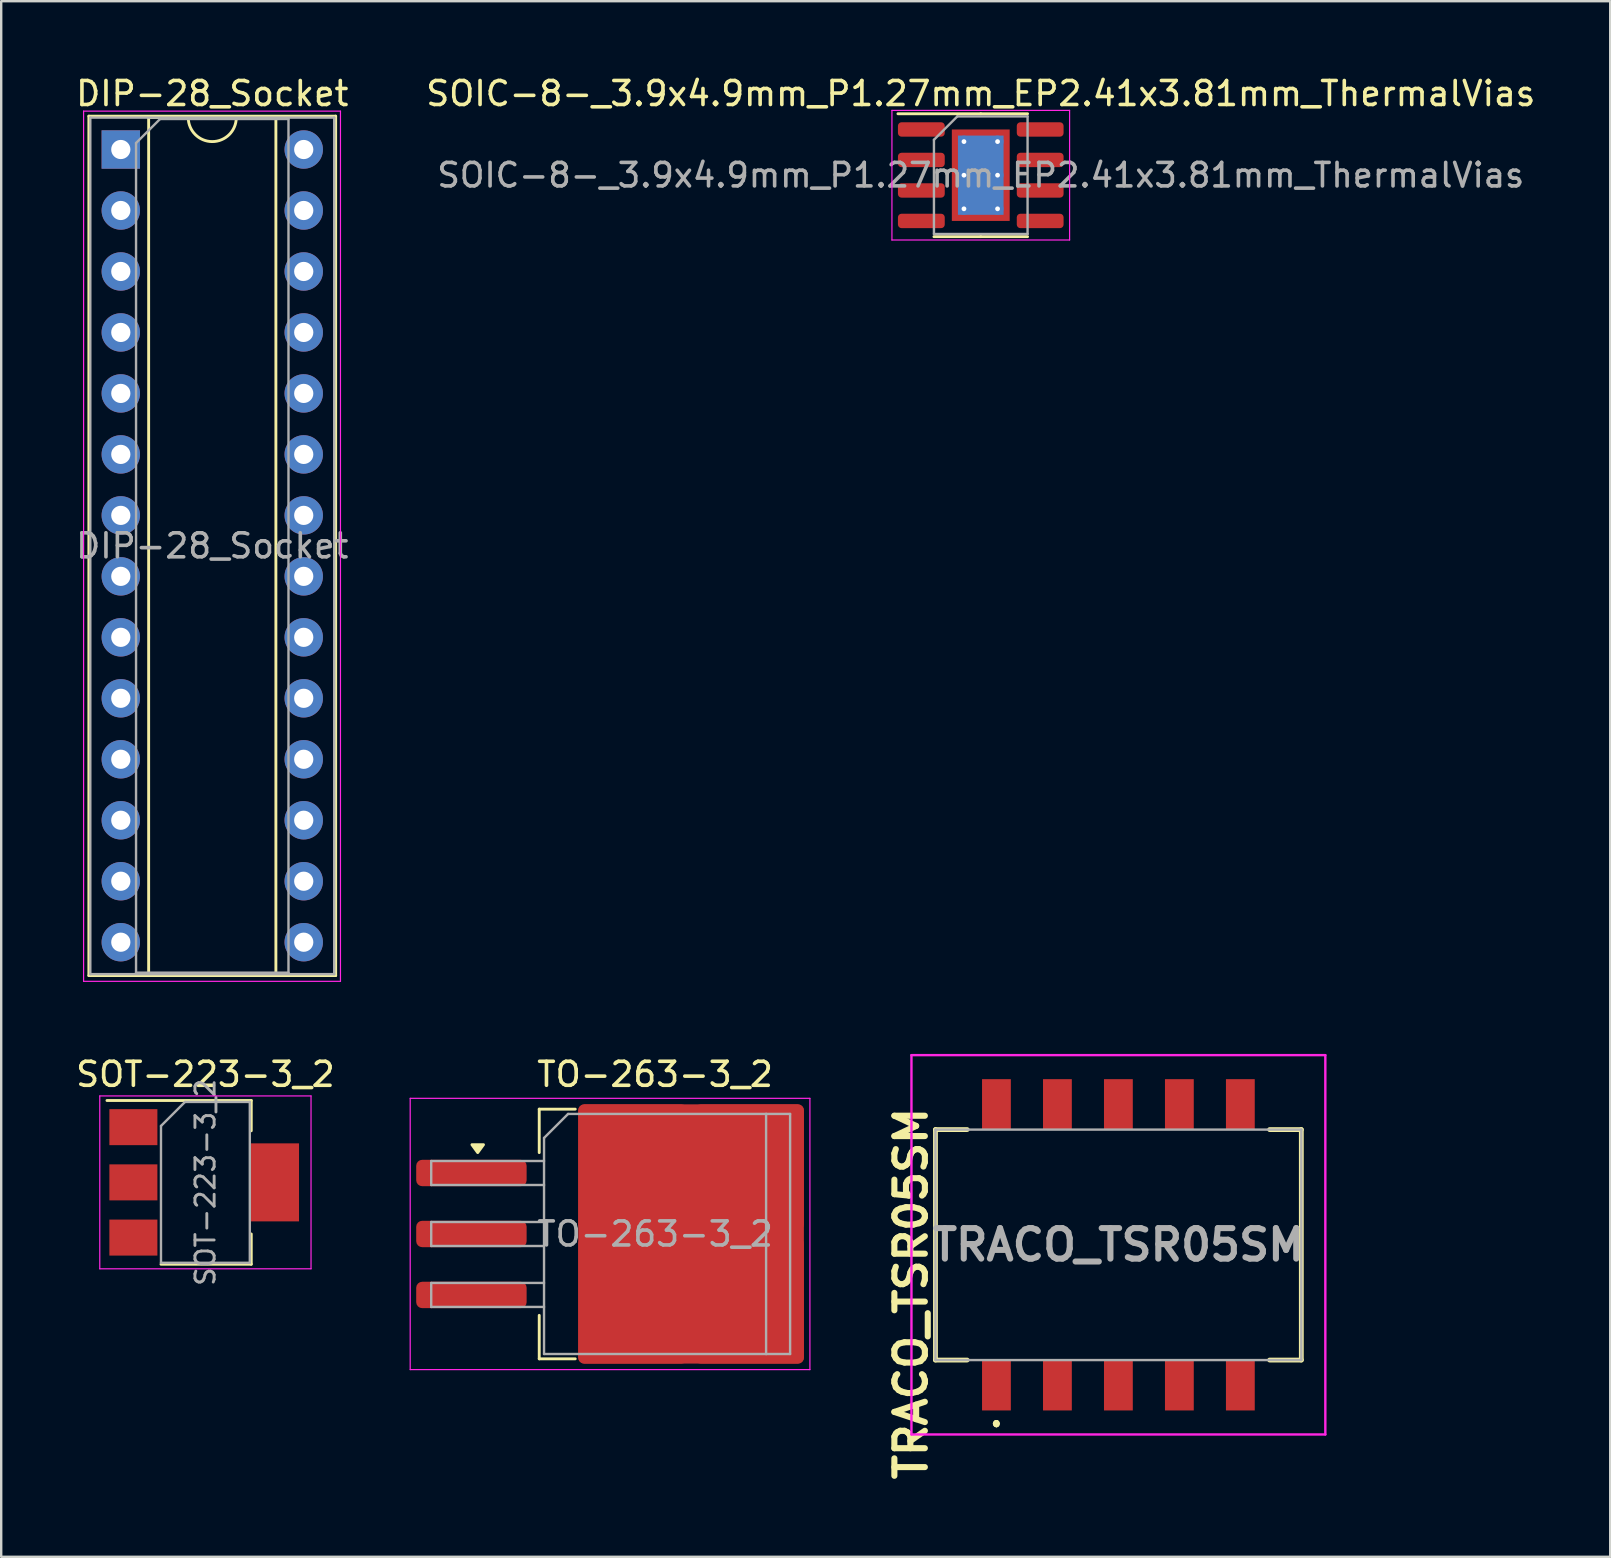
<source format=kicad_pcb>
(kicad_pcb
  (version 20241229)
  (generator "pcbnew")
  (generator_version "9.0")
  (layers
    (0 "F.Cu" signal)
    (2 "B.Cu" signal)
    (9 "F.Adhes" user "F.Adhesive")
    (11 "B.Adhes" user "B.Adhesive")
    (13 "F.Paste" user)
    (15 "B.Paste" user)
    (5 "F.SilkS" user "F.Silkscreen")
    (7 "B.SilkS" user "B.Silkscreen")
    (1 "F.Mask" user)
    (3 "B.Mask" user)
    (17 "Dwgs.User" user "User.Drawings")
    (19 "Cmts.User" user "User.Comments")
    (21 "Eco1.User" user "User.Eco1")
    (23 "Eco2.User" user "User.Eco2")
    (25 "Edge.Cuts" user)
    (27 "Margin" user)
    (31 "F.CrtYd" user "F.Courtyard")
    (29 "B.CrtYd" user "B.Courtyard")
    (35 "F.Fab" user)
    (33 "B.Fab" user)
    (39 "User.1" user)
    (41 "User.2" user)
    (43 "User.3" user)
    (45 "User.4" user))
  (footprint "SOT-223-3_2"
    (layer "F.Cu")
    (at 5.506 46.202)
    (property "Reference" "SOT-223-3_2" (at 0 -4.5 0) (layer "F.SilkS") (effects (font (size 1 1) (thickness 0.15))))
    (attr smd)
    (fp_line (start -4.1 -3.41) (end 1.91 -3.41) (stroke (width 0.12) (type solid)) (layer "F.SilkS"))
    (fp_line (start -1.85 3.41) (end 1.91 3.41) (stroke (width 0.12) (type solid)) (layer "F.SilkS"))
    (fp_line (start 1.91 -3.41) (end 1.91 -2.15) (stroke (width 0.12) (type solid)) (layer "F.SilkS"))
    (fp_line (start 1.91 3.41) (end 1.91 2.15) (stroke (width 0.12) (type solid)) (layer "F.SilkS"))
    (fp_line (start -4.4 -3.6) (end -4.4 3.6) (stroke (width 0.05) (type solid)) (layer "F.CrtYd"))
    (fp_line (start -4.4 3.6) (end 4.4 3.6) (stroke (width 0.05) (type solid)) (layer "F.CrtYd"))
    (fp_line (start 4.4 -3.6) (end -4.4 -3.6) (stroke (width 0.05) (type solid)) (layer "F.CrtYd"))
    (fp_line (start 4.4 3.6) (end 4.4 -3.6) (stroke (width 0.05) (type solid)) (layer "F.CrtYd"))
    (fp_line (start -1.85 -2.35) (end -1.85 3.35) (stroke (width 0.1) (type solid)) (layer "F.Fab"))
    (fp_line (start -1.85 -2.35) (end -0.85 -3.35) (stroke (width 0.1) (type solid)) (layer "F.Fab"))
    (fp_line (start -1.85 3.35) (end 1.85 3.35) (stroke (width 0.1) (type solid)) (layer "F.Fab"))
    (fp_line (start -0.85 -3.35) (end 1.85 -3.35) (stroke (width 0.1) (type solid)) (layer "F.Fab"))
    (fp_line (start 1.85 -3.35) (end 1.85 3.35) (stroke (width 0.1) (type solid)) (layer "F.Fab"))
    (fp_text user "${REFERENCE}" (at 0 0 90) (layer "F.Fab") (effects (font (size 0.8 0.8) (thickness 0.12))))
    (pad "1" smd rect (at -3 -2.3) (size 2 1.5) (layers "F.Cu" "F.Mask" "F.Paste"))
    (pad "2" smd rect (at -3 0) (size 2 1.5) (layers "F.Cu" "F.Mask" "F.Paste"))
    (pad "2" smd rect (at 2.9 0) (size 2 3.25) (layers "F.Cu" "F.Mask" "F.Paste"))
    (pad "3" smd rect (at -3 2.3) (size 2 1.5) (layers "F.Cu" "F.Mask" "F.Paste")))
  (footprint "TO-263-3_2"
    (layer "F.Cu")
    (at 24.237 48.352)
    (property "Reference" "TO-263-3_2" (at 0 -6.65 0) (layer "F.SilkS") (effects (font (size 1 1) (thickness 0.15))))
    (attr smd)
    (fp_line (start -4.825 -5.2) (end -4.825 -3.39) (stroke (width 0.12) (type solid)) (layer "F.SilkS"))
    (fp_line (start -4.825 5.2) (end -4.825 3.39) (stroke (width 0.12) (type solid)) (layer "F.SilkS"))
    (fp_line (start -3.325 -5.2) (end -4.825 -5.2) (stroke (width 0.12) (type solid)) (layer "F.SilkS"))
    (fp_line (start -3.325 5.2) (end -4.825 5.2) (stroke (width 0.12) (type solid)) (layer "F.SilkS"))
    (fp_poly (pts (xy -7.388 -3.39) (xy -7.628 -3.72) (xy -7.147 -3.72) (xy -7.388 -3.39)) (stroke (width 0.12) (type solid)) (fill yes) (layer "F.SilkS"))
    (fp_line (start -10.2 -5.65) (end -10.2 5.65) (stroke (width 0.05) (type solid)) (layer "F.CrtYd"))
    (fp_line (start -10.2 5.65) (end 6.45 5.65) (stroke (width 0.05) (type solid)) (layer "F.CrtYd"))
    (fp_line (start 6.45 -5.65) (end -10.2 -5.65) (stroke (width 0.05) (type solid)) (layer "F.CrtYd"))
    (fp_line (start 6.45 5.65) (end 6.45 -5.65) (stroke (width 0.05) (type solid)) (layer "F.CrtYd"))
    (fp_line (start -9.325 -3.04) (end -9.325 -2.04) (stroke (width 0.1) (type solid)) (layer "F.Fab"))
    (fp_line (start -9.325 -2.04) (end -4.625 -2.04) (stroke (width 0.1) (type solid)) (layer "F.Fab"))
    (fp_line (start -9.325 -0.5) (end -9.325 0.5) (stroke (width 0.1) (type solid)) (layer "F.Fab"))
    (fp_line (start -9.325 0.5) (end -4.625 0.5) (stroke (width 0.1) (type solid)) (layer "F.Fab"))
    (fp_line (start -9.325 2.04) (end -9.325 3.04) (stroke (width 0.1) (type solid)) (layer "F.Fab"))
    (fp_line (start -9.325 3.04) (end -4.625 3.04) (stroke (width 0.1) (type solid)) (layer "F.Fab"))
    (fp_line (start -4.625 -4) (end -3.625 -5) (stroke (width 0.1) (type solid)) (layer "F.Fab"))
    (fp_line (start -4.625 -3.04) (end -9.325 -3.04) (stroke (width 0.1) (type solid)) (layer "F.Fab"))
    (fp_line (start -4.625 -0.5) (end -9.325 -0.5) (stroke (width 0.1) (type solid)) (layer "F.Fab"))
    (fp_line (start -4.625 2.04) (end -9.325 2.04) (stroke (width 0.1) (type solid)) (layer "F.Fab"))
    (fp_line (start -4.625 5) (end -4.625 -4) (stroke (width 0.1) (type solid)) (layer "F.Fab"))
    (fp_line (start -3.625 -5) (end 4.625 -5) (stroke (width 0.1) (type solid)) (layer "F.Fab"))
    (fp_line (start 4.625 -5) (end 4.625 5) (stroke (width 0.1) (type solid)) (layer "F.Fab"))
    (fp_line (start 4.625 -5) (end 5.625 -5) (stroke (width 0.1) (type solid)) (layer "F.Fab"))
    (fp_line (start 4.625 5) (end -4.625 5) (stroke (width 0.1) (type solid)) (layer "F.Fab"))
    (fp_line (start 5.625 -5) (end 5.625 5) (stroke (width 0.1) (type solid)) (layer "F.Fab"))
    (fp_line (start 5.625 5) (end 4.625 5) (stroke (width 0.1) (type solid)) (layer "F.Fab"))
    (fp_text user "${REFERENCE}" (at 0 0 0) (layer "F.Fab") (effects (font (size 1 1) (thickness 0.15))))
    (pad "1" smd roundrect (at -7.65 -2.54) (size 4.6 1.1) (layers "F.Cu" "F.Mask" "F.Paste") (roundrect_rratio 0.227))
    (pad "2" smd roundrect (at -7.65 0) (size 4.6 1.1) (layers "F.Cu" "F.Mask" "F.Paste") (roundrect_rratio 0.227))
    (pad "2" smd roundrect (at -0.925 -2.775) (size 4.55 5.25) (layers "F.Cu" "F.Paste") (roundrect_rratio 0.055))
    (pad "2" smd roundrect (at -0.925 2.775) (size 4.55 5.25) (layers "F.Cu" "F.Paste") (roundrect_rratio 0.055))
    (pad "2" smd roundrect (at 1.5 0) (size 9.4 10.8) (layers "F.Cu" "F.Mask") (roundrect_rratio 0.027))
    (pad "2" smd roundrect (at 3.925 -2.775) (size 4.55 5.25) (layers "F.Cu" "F.Paste") (roundrect_rratio 0.055))
    (pad "2" smd roundrect (at 3.925 2.775) (size 4.55 5.25) (layers "F.Cu" "F.Paste") (roundrect_rratio 0.055))
    (pad "3" smd roundrect (at -7.65 2.54) (size 4.6 1.1) (layers "F.Cu" "F.Mask" "F.Paste") (roundrect_rratio 0.227)))
  (footprint "DIP-28_Socket"
    (layer "F.Cu")
    (at 1.982 3.178)
    (property "Reference" "DIP-28_Socket" (at 3.81 -2.33 0) (layer "F.SilkS") (effects (font (size 1 1) (thickness 0.15))))
    (attr through_hole)
    (fp_line (start -1.33 -1.39) (end -1.33 34.41) (stroke (width 0.12) (type solid)) (layer "F.SilkS"))
    (fp_line (start -1.33 34.41) (end 8.95 34.41) (stroke (width 0.12) (type solid)) (layer "F.SilkS"))
    (fp_line (start 1.16 -1.33) (end 1.16 34.35) (stroke (width 0.12) (type solid)) (layer "F.SilkS"))
    (fp_line (start 1.16 34.35) (end 6.46 34.35) (stroke (width 0.12) (type solid)) (layer "F.SilkS"))
    (fp_line (start 2.81 -1.33) (end 1.16 -1.33) (stroke (width 0.12) (type solid)) (layer "F.SilkS"))
    (fp_line (start 6.46 -1.33) (end 4.81 -1.33) (stroke (width 0.12) (type solid)) (layer "F.SilkS"))
    (fp_line (start 6.46 34.35) (end 6.46 -1.33) (stroke (width 0.12) (type solid)) (layer "F.SilkS"))
    (fp_line (start 8.95 -1.39) (end -1.33 -1.39) (stroke (width 0.12) (type solid)) (layer "F.SilkS"))
    (fp_line (start 8.95 34.41) (end 8.95 -1.39) (stroke (width 0.12) (type solid)) (layer "F.SilkS"))
    (fp_arc (start 4.81 -1.33) (mid 3.81 -0.33) (end 2.81 -1.33) (stroke (width 0.12) (type solid)) (layer "F.SilkS"))
    (fp_line (start -1.55 -1.6) (end -1.55 34.65) (stroke (width 0.05) (type solid)) (layer "F.CrtYd"))
    (fp_line (start -1.55 34.65) (end 9.15 34.65) (stroke (width 0.05) (type solid)) (layer "F.CrtYd"))
    (fp_line (start 9.15 -1.6) (end -1.55 -1.6) (stroke (width 0.05) (type solid)) (layer "F.CrtYd"))
    (fp_line (start 9.15 34.65) (end 9.15 -1.6) (stroke (width 0.05) (type solid)) (layer "F.CrtYd"))
    (fp_line (start -1.27 -1.33) (end -1.27 34.35) (stroke (width 0.1) (type solid)) (layer "F.Fab"))
    (fp_line (start -1.27 34.35) (end 8.89 34.35) (stroke (width 0.1) (type solid)) (layer "F.Fab"))
    (fp_line (start 0.635 -0.27) (end 1.635 -1.27) (stroke (width 0.1) (type solid)) (layer "F.Fab"))
    (fp_line (start 0.635 34.29) (end 0.635 -0.27) (stroke (width 0.1) (type solid)) (layer "F.Fab"))
    (fp_line (start 1.635 -1.27) (end 6.985 -1.27) (stroke (width 0.1) (type solid)) (layer "F.Fab"))
    (fp_line (start 6.985 -1.27) (end 6.985 34.29) (stroke (width 0.1) (type solid)) (layer "F.Fab"))
    (fp_line (start 6.985 34.29) (end 0.635 34.29) (stroke (width 0.1) (type solid)) (layer "F.Fab"))
    (fp_line (start 8.89 -1.33) (end -1.27 -1.33) (stroke (width 0.1) (type solid)) (layer "F.Fab"))
    (fp_line (start 8.89 34.35) (end 8.89 -1.33) (stroke (width 0.1) (type solid)) (layer "F.Fab"))
    (fp_text user "${REFERENCE}" (at 3.81 16.51 0) (layer "F.Fab") (effects (font (size 1 1) (thickness 0.15))))
    (pad "1" thru_hole rect (at 0 0) (size 1.6 1.6) (drill 0.8) (layers "*.Cu" "*.Mask"))
    (pad "2" thru_hole oval (at 0 2.54) (size 1.6 1.6) (drill 0.8) (layers "*.Cu" "*.Mask"))
    (pad "3" thru_hole oval (at 0 5.08) (size 1.6 1.6) (drill 0.8) (layers "*.Cu" "*.Mask"))
    (pad "4" thru_hole oval (at 0 7.62) (size 1.6 1.6) (drill 0.8) (layers "*.Cu" "*.Mask"))
    (pad "5" thru_hole oval (at 0 10.16) (size 1.6 1.6) (drill 0.8) (layers "*.Cu" "*.Mask"))
    (pad "6" thru_hole oval (at 0 12.7) (size 1.6 1.6) (drill 0.8) (layers "*.Cu" "*.Mask"))
    (pad "7" thru_hole oval (at 0 15.24) (size 1.6 1.6) (drill 0.8) (layers "*.Cu" "*.Mask"))
    (pad "8" thru_hole oval (at 0 17.78) (size 1.6 1.6) (drill 0.8) (layers "*.Cu" "*.Mask"))
    (pad "9" thru_hole oval (at 0 20.32) (size 1.6 1.6) (drill 0.8) (layers "*.Cu" "*.Mask"))
    (pad "10" thru_hole oval (at 0 22.86) (size 1.6 1.6) (drill 0.8) (layers "*.Cu" "*.Mask"))
    (pad "11" thru_hole oval (at 0 25.4) (size 1.6 1.6) (drill 0.8) (layers "*.Cu" "*.Mask"))
    (pad "12" thru_hole oval (at 0 27.94) (size 1.6 1.6) (drill 0.8) (layers "*.Cu" "*.Mask"))
    (pad "13" thru_hole oval (at 0 30.48) (size 1.6 1.6) (drill 0.8) (layers "*.Cu" "*.Mask"))
    (pad "14" thru_hole oval (at 0 33.02) (size 1.6 1.6) (drill 0.8) (layers "*.Cu" "*.Mask"))
    (pad "15" thru_hole oval (at 7.62 33.02) (size 1.6 1.6) (drill 0.8) (layers "*.Cu" "*.Mask"))
    (pad "16" thru_hole oval (at 7.62 30.48) (size 1.6 1.6) (drill 0.8) (layers "*.Cu" "*.Mask"))
    (pad "17" thru_hole oval (at 7.62 27.94) (size 1.6 1.6) (drill 0.8) (layers "*.Cu" "*.Mask"))
    (pad "18" thru_hole oval (at 7.62 25.4) (size 1.6 1.6) (drill 0.8) (layers "*.Cu" "*.Mask"))
    (pad "19" thru_hole oval (at 7.62 22.86) (size 1.6 1.6) (drill 0.8) (layers "*.Cu" "*.Mask"))
    (pad "20" thru_hole oval (at 7.62 20.32) (size 1.6 1.6) (drill 0.8) (layers "*.Cu" "*.Mask"))
    (pad "21" thru_hole oval (at 7.62 17.78) (size 1.6 1.6) (drill 0.8) (layers "*.Cu" "*.Mask"))
    (pad "22" thru_hole oval (at 7.62 15.24) (size 1.6 1.6) (drill 0.8) (layers "*.Cu" "*.Mask"))
    (pad "23" thru_hole oval (at 7.62 12.7) (size 1.6 1.6) (drill 0.8) (layers "*.Cu" "*.Mask"))
    (pad "24" thru_hole oval (at 7.62 10.16) (size 1.6 1.6) (drill 0.8) (layers "*.Cu" "*.Mask"))
    (pad "25" thru_hole oval (at 7.62 7.62) (size 1.6 1.6) (drill 0.8) (layers "*.Cu" "*.Mask"))
    (pad "26" thru_hole oval (at 7.62 5.08) (size 1.6 1.6) (drill 0.8) (layers "*.Cu" "*.Mask"))
    (pad "27" thru_hole oval (at 7.62 2.54) (size 1.6 1.6) (drill 0.8) (layers "*.Cu" "*.Mask"))
    (pad "28" thru_hole oval (at 7.62 0) (size 1.6 1.6) (drill 0.8) (layers "*.Cu" "*.Mask")))
  (footprint "SOIC-8-_3.9x4.9mm_P1.27mm_EP2.41x3.81mm_ThermalVias"
    (layer "F.Cu")
    (at 37.804 4.248)
    (property "Reference" "SOIC-8-_3.9x4.9mm_P1.27mm_EP2.41x3.81mm_ThermalVias" (at 0 -3.4 0) (layer "F.SilkS") (effects (font (size 1 1) (thickness 0.15))))
    (attr smd)
    (fp_line (start 0 -2.56) (end -3.45 -2.56) (stroke (width 0.12) (type solid)) (layer "F.SilkS"))
    (fp_line (start 0 -2.56) (end 1.95 -2.56) (stroke (width 0.12) (type solid)) (layer "F.SilkS"))
    (fp_line (start 0 2.56) (end -1.95 2.56) (stroke (width 0.12) (type solid)) (layer "F.SilkS"))
    (fp_line (start 0 2.56) (end 1.95 2.56) (stroke (width 0.12) (type solid)) (layer "F.SilkS"))
    (fp_line (start -3.7 -2.7) (end -3.7 2.7) (stroke (width 0.05) (type solid)) (layer "F.CrtYd"))
    (fp_line (start -3.7 2.7) (end 3.7 2.7) (stroke (width 0.05) (type solid)) (layer "F.CrtYd"))
    (fp_line (start 3.7 -2.7) (end -3.7 -2.7) (stroke (width 0.05) (type solid)) (layer "F.CrtYd"))
    (fp_line (start 3.7 2.7) (end 3.7 -2.7) (stroke (width 0.05) (type solid)) (layer "F.CrtYd"))
    (fp_line (start -1.95 -1.475) (end -0.975 -2.45) (stroke (width 0.1) (type solid)) (layer "F.Fab"))
    (fp_line (start -1.95 2.45) (end -1.95 -1.475) (stroke (width 0.1) (type solid)) (layer "F.Fab"))
    (fp_line (start -0.975 -2.45) (end 1.95 -2.45) (stroke (width 0.1) (type solid)) (layer "F.Fab"))
    (fp_line (start 1.95 -2.45) (end 1.95 2.45) (stroke (width 0.1) (type solid)) (layer "F.Fab"))
    (fp_line (start 1.95 2.45) (end -1.95 2.45) (stroke (width 0.1) (type solid)) (layer "F.Fab"))
    (fp_text user "${REFERENCE}" (at 0 0 0) (layer "F.Fab") (effects (font (size 0.98 0.98) (thickness 0.15))))
    (pad "" smd roundrect (at -0.6 -0.95) (size 1.01 1.59) (layers "F.Paste") (roundrect_rratio 0.248))
    (pad "" smd roundrect (at -0.6 0.95) (size 1.01 1.59) (layers "F.Paste") (roundrect_rratio 0.248))
    (pad "" smd roundrect (at 0.6 -0.95) (size 1.01 1.59) (layers "F.Paste") (roundrect_rratio 0.248))
    (pad "" smd roundrect (at 0.6 0.95) (size 1.01 1.59) (layers "F.Paste") (roundrect_rratio 0.248))
    (pad "1" smd roundrect (at -2.475 -1.905) (size 1.95 0.6) (layers "F.Cu" "F.Mask" "F.Paste") (roundrect_rratio 0.25))
    (pad "2" smd roundrect (at -2.475 -0.635) (size 1.95 0.6) (layers "F.Cu" "F.Mask" "F.Paste") (roundrect_rratio 0.25))
    (pad "3" smd roundrect (at -2.475 0.635) (size 1.95 0.6) (layers "F.Cu" "F.Mask" "F.Paste") (roundrect_rratio 0.25))
    (pad "4" smd roundrect (at -2.475 1.905) (size 1.95 0.6) (layers "F.Cu" "F.Mask" "F.Paste") (roundrect_rratio 0.25))
    (pad "5" smd roundrect (at 2.475 1.905) (size 1.95 0.6) (layers "F.Cu" "F.Mask" "F.Paste") (roundrect_rratio 0.25))
    (pad "6" smd roundrect (at 2.475 0.635) (size 1.95 0.6) (layers "F.Cu" "F.Mask" "F.Paste") (roundrect_rratio 0.25))
    (pad "7" smd roundrect (at 2.475 -0.635) (size 1.95 0.6) (layers "F.Cu" "F.Mask" "F.Paste") (roundrect_rratio 0.25))
    (pad "8" smd roundrect (at 2.475 -1.905) (size 1.95 0.6) (layers "F.Cu" "F.Mask" "F.Paste") (roundrect_rratio 0.25))
    (pad "9" thru_hole circle (at -0.7 -1.4) (size 0.5 0.5) (drill 0.2) (layers "*.Cu"))
    (pad "9" thru_hole circle (at -0.7 0) (size 0.5 0.5) (drill 0.2) (layers "*.Cu"))
    (pad "9" thru_hole circle (at -0.7 1.4) (size 0.5 0.5) (drill 0.2) (layers "*.Cu"))
    (pad "9" smd rect (at 0 0) (size 1.9 3.3) (layers "B.Cu"))
    (pad "9" smd rect (at 0 0) (size 2.41 3.81) (layers "F.Cu" "F.Mask"))
    (pad "9" thru_hole circle (at 0.7 -1.4) (size 0.5 0.5) (drill 0.2) (layers "*.Cu"))
    (pad "9" thru_hole circle (at 0.7 0) (size 0.5 0.5) (drill 0.2) (layers "*.Cu"))
    (pad "9" thru_hole circle (at 0.7 1.4) (size 0.5 0.5) (drill 0.2) (layers "*.Cu")))
  (footprint "TRACO_TSR05SM"
    (layer "F.Cu")
    (at 43.537 48.803)
    (property "Reference" "TRACO_TSR05SM" (at -8.636 2.032 90) (layer "F.SilkS") (effects (font (size 1.27 1.27) (thickness 0.254))))
    (attr smd)
    (fp_line (start -7.62 -4.8) (end -7.62 4.8) (stroke (width 0.2) (type solid)) (layer "F.SilkS"))
    (fp_line (start -7.62 4.8) (end -6.3 4.8) (stroke (width 0.2) (type solid)) (layer "F.SilkS"))
    (fp_line (start -6.3 -4.8) (end -7.62 -4.8) (stroke (width 0.2) (type solid)) (layer "F.SilkS"))
    (fp_line (start -5.08 7.4) (end -5.08 7.4) (stroke (width 0.2) (type solid)) (layer "F.SilkS"))
    (fp_line (start -5.08 7.4) (end -5.08 7.4) (stroke (width 0.2) (type solid)) (layer "F.SilkS"))
    (fp_line (start -5.08 7.5) (end -5.08 7.5) (stroke (width 0.2) (type solid)) (layer "F.SilkS"))
    (fp_line (start 6.3 4.8) (end 7.62 4.8) (stroke (width 0.2) (type solid)) (layer "F.SilkS"))
    (fp_line (start 7.62 -4.8) (end 6.3 -4.8) (stroke (width 0.2) (type solid)) (layer "F.SilkS"))
    (fp_line (start 7.62 4.8) (end 7.62 -4.8) (stroke (width 0.2) (type solid)) (layer "F.SilkS"))
    (fp_arc (start -5.08 7.4) (mid -5.03 7.45) (end -5.08 7.5) (stroke (width 0.2) (type solid)) (layer "F.SilkS"))
    (fp_arc (start -5.08 7.5) (mid -5.13 7.45) (end -5.08 7.4) (stroke (width 0.2) (type solid)) (layer "F.SilkS"))
    (fp_arc (start -5.08 7.5) (mid -5.13 7.45) (end -5.08 7.4) (stroke (width 0.2) (type solid)) (layer "F.SilkS"))
    (fp_line (start -8.62 -7.9) (end 8.62 -7.9) (stroke (width 0.1) (type solid)) (layer "F.CrtYd"))
    (fp_line (start -8.62 7.9) (end -8.62 -7.9) (stroke (width 0.1) (type solid)) (layer "F.CrtYd"))
    (fp_line (start 8.62 -7.9) (end 8.62 7.9) (stroke (width 0.1) (type solid)) (layer "F.CrtYd"))
    (fp_line (start 8.62 7.9) (end -8.62 7.9) (stroke (width 0.1) (type solid)) (layer "F.CrtYd"))
    (fp_line (start -7.62 -4.8) (end -7.62 4.8) (stroke (width 0.1) (type solid)) (layer "F.Fab"))
    (fp_line (start -7.62 4.8) (end 7.62 4.8) (stroke (width 0.1) (type solid)) (layer "F.Fab"))
    (fp_line (start 7.62 -4.8) (end -7.62 -4.8) (stroke (width 0.1) (type solid)) (layer "F.Fab"))
    (fp_line (start 7.62 4.8) (end 7.62 -4.8) (stroke (width 0.1) (type solid)) (layer "F.Fab"))
    (fp_text user "${REFERENCE}" (at 0 0 0) (layer "F.Fab") (effects (font (size 1.27 1.27) (thickness 0.254))))
    (pad "1" smd rect (at -5.08 5.85) (size 1.2 2.1) (layers "F.Cu" "F.Mask" "F.Paste"))
    (pad "2" smd rect (at -2.54 5.85) (size 1.2 2.1) (layers "F.Cu" "F.Mask" "F.Paste"))
    (pad "3" smd rect (at 0 5.85) (size 1.2 2.1) (layers "F.Cu" "F.Mask" "F.Paste"))
    (pad "4" smd rect (at 2.54 5.85) (size 1.2 2.1) (layers "F.Cu" "F.Mask" "F.Paste"))
    (pad "5" smd rect (at 5.08 5.85) (size 1.2 2.1) (layers "F.Cu" "F.Mask" "F.Paste"))
    (pad "6" smd rect (at 5.08 -5.85) (size 1.2 2.1) (layers "F.Cu" "F.Mask" "F.Paste"))
    (pad "7" smd rect (at 2.54 -5.85) (size 1.2 2.1) (layers "F.Cu" "F.Mask" "F.Paste"))
    (pad "8" smd rect (at 0 -5.85) (size 1.2 2.1) (layers "F.Cu" "F.Mask" "F.Paste"))
    (pad "9" smd rect (at -2.54 -5.85) (size 1.2 2.1) (layers "F.Cu" "F.Mask" "F.Paste"))
    (pad "10" smd rect (at -5.08 -5.85) (size 1.2 2.1) (layers "F.Cu" "F.Mask" "F.Paste")))
  (gr_rect
    (start -3 -3)
    (end 64.024 61.8)
    (stroke (width 0.1) (type default))
    (fill no)
    (layer "Edge.Cuts")))
</source>
